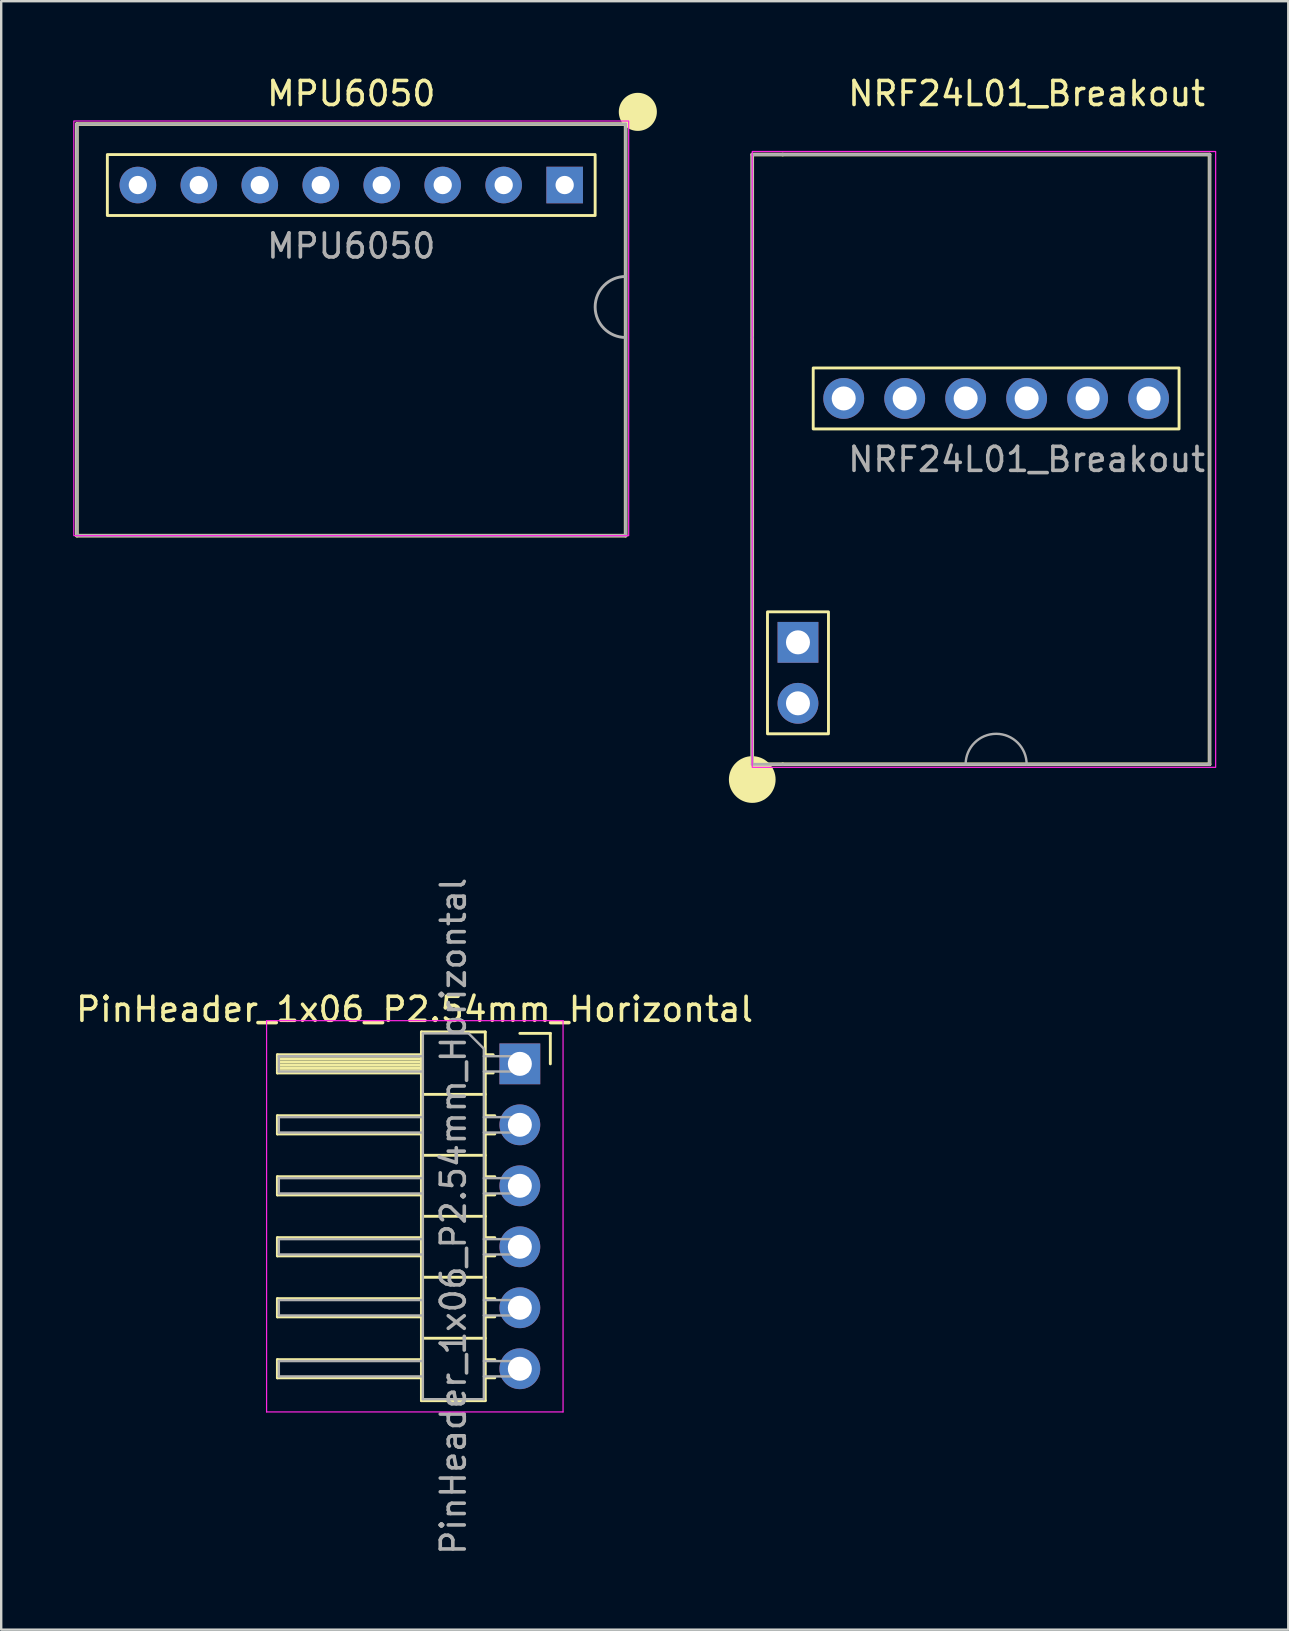
<source format=kicad_pcb>
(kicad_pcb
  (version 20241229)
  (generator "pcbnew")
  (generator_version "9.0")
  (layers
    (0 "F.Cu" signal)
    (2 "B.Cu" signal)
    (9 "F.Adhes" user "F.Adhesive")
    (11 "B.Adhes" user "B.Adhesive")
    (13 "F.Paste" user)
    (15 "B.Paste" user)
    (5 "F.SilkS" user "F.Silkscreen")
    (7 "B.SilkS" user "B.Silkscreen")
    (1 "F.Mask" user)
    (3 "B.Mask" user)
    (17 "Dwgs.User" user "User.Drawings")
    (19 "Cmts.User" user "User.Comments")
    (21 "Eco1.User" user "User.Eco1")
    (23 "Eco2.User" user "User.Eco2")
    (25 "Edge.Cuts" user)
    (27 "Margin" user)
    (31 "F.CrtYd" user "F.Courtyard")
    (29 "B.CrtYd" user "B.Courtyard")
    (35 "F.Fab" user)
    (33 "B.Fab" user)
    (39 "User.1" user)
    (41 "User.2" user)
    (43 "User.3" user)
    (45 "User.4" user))
  (footprint "NRF24L01_Breakout"
    (layer "F.Cu")
    (at 39.716 8.468)
    (property "Reference" "NRF24L01_Breakout" (at 0 -7.62 0) (unlocked yes) (layer "F.SilkS") (effects (font (size 1 1) (thickness 0.15))))
    (attr through_hole)
    (fp_line (start -11.43 -5.08) (end -11.43 20.32) (stroke (width 0.15) (type solid)) (layer "F.SilkS"))
    (fp_line (start -10.16 -5.08) (end -11.43 -5.08) (stroke (width 0.15) (type solid)) (layer "F.SilkS"))
    (fp_line (start -10.16 -5.08) (end 7.62 -5.08) (stroke (width 0.15) (type solid)) (layer "F.SilkS"))
    (fp_line (start -10.16 20.32) (end -11.43 20.32) (stroke (width 0.15) (type solid)) (layer "F.SilkS"))
    (fp_line (start -10.16 20.32) (end 7.62 20.32) (stroke (width 0.15) (type solid)) (layer "F.SilkS"))
    (fp_line (start 7.62 -5.08) (end 7.62 20.32) (stroke (width 0.15) (type solid)) (layer "F.SilkS"))
    (fp_rect (start -8.89 3.81) (end 6.35 6.35) (stroke (width 0.12) (type solid)) (fill no) (layer "F.SilkS"))
    (fp_rect (start -8.255 19.05) (end -10.795 13.97) (stroke (width 0.12) (type solid)) (fill no) (layer "F.SilkS"))
    (fp_circle (center -11.43 20.955) (end -10.532 20.955) (stroke (width 0.15) (type solid)) (fill yes) (layer "F.SilkS"))
    (fp_rect (start -11.43 -5.207) (end 7.874 20.447) (stroke (width 0.05) (type solid)) (fill no) (layer "F.CrtYd"))
    (fp_line (start -11.43 -5.08) (end -11.43 2.54) (stroke (width 0.12) (type solid)) (layer "F.Fab"))
    (fp_line (start -11.43 2.54) (end -11.43 20.32) (stroke (width 0.12) (type solid)) (layer "F.Fab"))
    (fp_line (start -10.16 -5.08) (end -11.43 -5.08) (stroke (width 0.12) (type solid)) (layer "F.Fab"))
    (fp_line (start -10.16 20.32) (end -11.43 20.32) (stroke (width 0.12) (type solid)) (layer "F.Fab"))
    (fp_line (start -10.16 20.32) (end 7.62 20.32) (stroke (width 0.12) (type solid)) (layer "F.Fab"))
    (fp_line (start 7.62 -5.08) (end -10.16 -5.08) (stroke (width 0.12) (type solid)) (layer "F.Fab"))
    (fp_line (start 7.62 20.32) (end 7.62 -5.08) (stroke (width 0.12) (type solid)) (layer "F.Fab"))
    (fp_arc (start -2.54 20.32) (mid -1.27 19.05) (end 0 20.32) (stroke (width 0.1) (type solid)) (layer "F.Fab"))
    (fp_text user "${REFERENCE}" (at 0 7.62 0) (unlocked yes) (layer "F.Fab") (effects (font (size 1 1) (thickness 0.15))))
    (pad "1" thru_hole rect (at -9.525 15.24) (size 1.7 1.7) (drill 1) (layers "*.Cu" "*.Mask"))
    (pad "2" thru_hole circle (at -9.525 17.78) (size 1.7 1.7) (drill 1) (layers "*.Cu" "*.Mask"))
    (pad "3" thru_hole circle (at 5.08 5.08) (size 1.7 1.7) (drill 1) (layers "*.Cu" "*.Mask"))
    (pad "4" thru_hole circle (at 2.54 5.08) (size 1.7 1.7) (drill 1) (layers "*.Cu" "*.Mask"))
    (pad "5" thru_hole circle (at 0 5.08) (size 1.7 1.7) (drill 1) (layers "*.Cu" "*.Mask"))
    (pad "6" thru_hole circle (at -2.54 5.08) (size 1.7 1.7) (drill 1) (layers "*.Cu" "*.Mask"))
    (pad "7" thru_hole circle (at -5.08 5.08) (size 1.7 1.7) (drill 1) (layers "*.Cu" "*.Mask"))
    (pad "8" thru_hole circle (at -7.62 5.08) (size 1.7 1.7) (drill 1) (layers "*.Cu" "*.Mask")))
  (footprint "PinHeader_1x06_P2.54mm_Horizontal"
    (layer "F.Cu")
    (at 18.605 41.267)
    (property "Reference" "PinHeader_1x06_P2.54mm_Horizontal" (at -4.385 -2.27 0) (layer "F.SilkS") (effects (font (size 1 1) (thickness 0.15))))
    (attr through_hole)
    (fp_line (start -10.1 -0.38) (end -10.1 0.38) (stroke (width 0.12) (type solid)) (layer "F.SilkS"))
    (fp_line (start -10.1 0.38) (end -4.1 0.38) (stroke (width 0.12) (type solid)) (layer "F.SilkS"))
    (fp_line (start -10.1 2.16) (end -10.1 2.92) (stroke (width 0.12) (type solid)) (layer "F.SilkS"))
    (fp_line (start -10.1 2.92) (end -4.1 2.92) (stroke (width 0.12) (type solid)) (layer "F.SilkS"))
    (fp_line (start -10.1 4.7) (end -10.1 5.46) (stroke (width 0.12) (type solid)) (layer "F.SilkS"))
    (fp_line (start -10.1 5.46) (end -4.1 5.46) (stroke (width 0.12) (type solid)) (layer "F.SilkS"))
    (fp_line (start -10.1 7.24) (end -10.1 8) (stroke (width 0.12) (type solid)) (layer "F.SilkS"))
    (fp_line (start -10.1 8) (end -4.1 8) (stroke (width 0.12) (type solid)) (layer "F.SilkS"))
    (fp_line (start -10.1 9.78) (end -10.1 10.54) (stroke (width 0.12) (type solid)) (layer "F.SilkS"))
    (fp_line (start -10.1 10.54) (end -4.1 10.54) (stroke (width 0.12) (type solid)) (layer "F.SilkS"))
    (fp_line (start -10.1 12.32) (end -10.1 13.08) (stroke (width 0.12) (type solid)) (layer "F.SilkS"))
    (fp_line (start -10.1 13.08) (end -4.1 13.08) (stroke (width 0.12) (type solid)) (layer "F.SilkS"))
    (fp_line (start -4.1 -1.33) (end -1.44 -1.33) (stroke (width 0.12) (type solid)) (layer "F.SilkS"))
    (fp_line (start -4.1 -0.38) (end -10.1 -0.38) (stroke (width 0.12) (type solid)) (layer "F.SilkS"))
    (fp_line (start -4.1 -0.32) (end -10.1 -0.32) (stroke (width 0.12) (type solid)) (layer "F.SilkS"))
    (fp_line (start -4.1 -0.2) (end -10.1 -0.2) (stroke (width 0.12) (type solid)) (layer "F.SilkS"))
    (fp_line (start -4.1 -0.08) (end -10.1 -0.08) (stroke (width 0.12) (type solid)) (layer "F.SilkS"))
    (fp_line (start -4.1 0.04) (end -10.1 0.04) (stroke (width 0.12) (type solid)) (layer "F.SilkS"))
    (fp_line (start -4.1 0.16) (end -10.1 0.16) (stroke (width 0.12) (type solid)) (layer "F.SilkS"))
    (fp_line (start -4.1 0.28) (end -10.1 0.28) (stroke (width 0.12) (type solid)) (layer "F.SilkS"))
    (fp_line (start -4.1 2.16) (end -10.1 2.16) (stroke (width 0.12) (type solid)) (layer "F.SilkS"))
    (fp_line (start -4.1 4.7) (end -10.1 4.7) (stroke (width 0.12) (type solid)) (layer "F.SilkS"))
    (fp_line (start -4.1 7.24) (end -10.1 7.24) (stroke (width 0.12) (type solid)) (layer "F.SilkS"))
    (fp_line (start -4.1 9.78) (end -10.1 9.78) (stroke (width 0.12) (type solid)) (layer "F.SilkS"))
    (fp_line (start -4.1 12.32) (end -10.1 12.32) (stroke (width 0.12) (type solid)) (layer "F.SilkS"))
    (fp_line (start -4.1 14.03) (end -4.1 -1.33) (stroke (width 0.12) (type solid)) (layer "F.SilkS"))
    (fp_line (start -1.44 -1.33) (end -1.44 14.03) (stroke (width 0.12) (type solid)) (layer "F.SilkS"))
    (fp_line (start -1.44 1.27) (end -4.1 1.27) (stroke (width 0.12) (type solid)) (layer "F.SilkS"))
    (fp_line (start -1.44 3.81) (end -4.1 3.81) (stroke (width 0.12) (type solid)) (layer "F.SilkS"))
    (fp_line (start -1.44 6.35) (end -4.1 6.35) (stroke (width 0.12) (type solid)) (layer "F.SilkS"))
    (fp_line (start -1.44 8.89) (end -4.1 8.89) (stroke (width 0.12) (type solid)) (layer "F.SilkS"))
    (fp_line (start -1.44 11.43) (end -4.1 11.43) (stroke (width 0.12) (type solid)) (layer "F.SilkS"))
    (fp_line (start -1.44 14.03) (end -4.1 14.03) (stroke (width 0.12) (type solid)) (layer "F.SilkS"))
    (fp_line (start -1.11 -0.38) (end -1.44 -0.38) (stroke (width 0.12) (type solid)) (layer "F.SilkS"))
    (fp_line (start -1.11 0.38) (end -1.44 0.38) (stroke (width 0.12) (type solid)) (layer "F.SilkS"))
    (fp_line (start -1.043 2.16) (end -1.44 2.16) (stroke (width 0.12) (type solid)) (layer "F.SilkS"))
    (fp_line (start -1.043 2.92) (end -1.44 2.92) (stroke (width 0.12) (type solid)) (layer "F.SilkS"))
    (fp_line (start -1.043 4.7) (end -1.44 4.7) (stroke (width 0.12) (type solid)) (layer "F.SilkS"))
    (fp_line (start -1.043 5.46) (end -1.44 5.46) (stroke (width 0.12) (type solid)) (layer "F.SilkS"))
    (fp_line (start -1.043 7.24) (end -1.44 7.24) (stroke (width 0.12) (type solid)) (layer "F.SilkS"))
    (fp_line (start -1.043 8) (end -1.44 8) (stroke (width 0.12) (type solid)) (layer "F.SilkS"))
    (fp_line (start -1.043 9.78) (end -1.44 9.78) (stroke (width 0.12) (type solid)) (layer "F.SilkS"))
    (fp_line (start -1.043 10.54) (end -1.44 10.54) (stroke (width 0.12) (type solid)) (layer "F.SilkS"))
    (fp_line (start -1.043 12.32) (end -1.44 12.32) (stroke (width 0.12) (type solid)) (layer "F.SilkS"))
    (fp_line (start -1.043 13.08) (end -1.44 13.08) (stroke (width 0.12) (type solid)) (layer "F.SilkS"))
    (fp_line (start 1.27 -1.27) (end 0 -1.27) (stroke (width 0.12) (type solid)) (layer "F.SilkS"))
    (fp_line (start 1.27 0) (end 1.27 -1.27) (stroke (width 0.12) (type solid)) (layer "F.SilkS"))
    (fp_line (start -10.55 -1.8) (end 1.8 -1.8) (stroke (width 0.05) (type solid)) (layer "F.CrtYd"))
    (fp_line (start -10.55 14.5) (end -10.55 -1.8) (stroke (width 0.05) (type solid)) (layer "F.CrtYd"))
    (fp_line (start 1.8 -1.8) (end 1.8 14.5) (stroke (width 0.05) (type solid)) (layer "F.CrtYd"))
    (fp_line (start 1.8 14.5) (end -10.55 14.5) (stroke (width 0.05) (type solid)) (layer "F.CrtYd"))
    (fp_line (start -10.04 -0.32) (end -10.04 0.32) (stroke (width 0.1) (type solid)) (layer "F.Fab"))
    (fp_line (start -10.04 2.22) (end -10.04 2.86) (stroke (width 0.1) (type solid)) (layer "F.Fab"))
    (fp_line (start -10.04 4.76) (end -10.04 5.4) (stroke (width 0.1) (type solid)) (layer "F.Fab"))
    (fp_line (start -10.04 7.3) (end -10.04 7.94) (stroke (width 0.1) (type solid)) (layer "F.Fab"))
    (fp_line (start -10.04 9.84) (end -10.04 10.48) (stroke (width 0.1) (type solid)) (layer "F.Fab"))
    (fp_line (start -10.04 12.38) (end -10.04 13.02) (stroke (width 0.1) (type solid)) (layer "F.Fab"))
    (fp_line (start -4.04 -1.27) (end -4.04 13.97) (stroke (width 0.1) (type solid)) (layer "F.Fab"))
    (fp_line (start -4.04 -0.32) (end -10.04 -0.32) (stroke (width 0.1) (type solid)) (layer "F.Fab"))
    (fp_line (start -4.04 0.32) (end -10.04 0.32) (stroke (width 0.1) (type solid)) (layer "F.Fab"))
    (fp_line (start -4.04 2.22) (end -10.04 2.22) (stroke (width 0.1) (type solid)) (layer "F.Fab"))
    (fp_line (start -4.04 2.86) (end -10.04 2.86) (stroke (width 0.1) (type solid)) (layer "F.Fab"))
    (fp_line (start -4.04 4.76) (end -10.04 4.76) (stroke (width 0.1) (type solid)) (layer "F.Fab"))
    (fp_line (start -4.04 5.4) (end -10.04 5.4) (stroke (width 0.1) (type solid)) (layer "F.Fab"))
    (fp_line (start -4.04 7.3) (end -10.04 7.3) (stroke (width 0.1) (type solid)) (layer "F.Fab"))
    (fp_line (start -4.04 7.94) (end -10.04 7.94) (stroke (width 0.1) (type solid)) (layer "F.Fab"))
    (fp_line (start -4.04 9.84) (end -10.04 9.84) (stroke (width 0.1) (type solid)) (layer "F.Fab"))
    (fp_line (start -4.04 10.48) (end -10.04 10.48) (stroke (width 0.1) (type solid)) (layer "F.Fab"))
    (fp_line (start -4.04 12.38) (end -10.04 12.38) (stroke (width 0.1) (type solid)) (layer "F.Fab"))
    (fp_line (start -4.04 13.02) (end -10.04 13.02) (stroke (width 0.1) (type solid)) (layer "F.Fab"))
    (fp_line (start -4.04 13.97) (end -1.5 13.97) (stroke (width 0.1) (type solid)) (layer "F.Fab"))
    (fp_line (start -2.135 -1.27) (end -4.04 -1.27) (stroke (width 0.1) (type solid)) (layer "F.Fab"))
    (fp_line (start -1.5 -0.635) (end -2.135 -1.27) (stroke (width 0.1) (type solid)) (layer "F.Fab"))
    (fp_line (start -1.5 13.97) (end -1.5 -0.635) (stroke (width 0.1) (type solid)) (layer "F.Fab"))
    (fp_line (start 0.32 -0.32) (end -1.5 -0.32) (stroke (width 0.1) (type solid)) (layer "F.Fab"))
    (fp_line (start 0.32 -0.32) (end 0.32 0.32) (stroke (width 0.1) (type solid)) (layer "F.Fab"))
    (fp_line (start 0.32 0.32) (end -1.5 0.32) (stroke (width 0.1) (type solid)) (layer "F.Fab"))
    (fp_line (start 0.32 2.22) (end -1.5 2.22) (stroke (width 0.1) (type solid)) (layer "F.Fab"))
    (fp_line (start 0.32 2.22) (end 0.32 2.86) (stroke (width 0.1) (type solid)) (layer "F.Fab"))
    (fp_line (start 0.32 2.86) (end -1.5 2.86) (stroke (width 0.1) (type solid)) (layer "F.Fab"))
    (fp_line (start 0.32 4.76) (end -1.5 4.76) (stroke (width 0.1) (type solid)) (layer "F.Fab"))
    (fp_line (start 0.32 4.76) (end 0.32 5.4) (stroke (width 0.1) (type solid)) (layer "F.Fab"))
    (fp_line (start 0.32 5.4) (end -1.5 5.4) (stroke (width 0.1) (type solid)) (layer "F.Fab"))
    (fp_line (start 0.32 7.3) (end -1.5 7.3) (stroke (width 0.1) (type solid)) (layer "F.Fab"))
    (fp_line (start 0.32 7.3) (end 0.32 7.94) (stroke (width 0.1) (type solid)) (layer "F.Fab"))
    (fp_line (start 0.32 7.94) (end -1.5 7.94) (stroke (width 0.1) (type solid)) (layer "F.Fab"))
    (fp_line (start 0.32 9.84) (end -1.5 9.84) (stroke (width 0.1) (type solid)) (layer "F.Fab"))
    (fp_line (start 0.32 9.84) (end 0.32 10.48) (stroke (width 0.1) (type solid)) (layer "F.Fab"))
    (fp_line (start 0.32 10.48) (end -1.5 10.48) (stroke (width 0.1) (type solid)) (layer "F.Fab"))
    (fp_line (start 0.32 12.38) (end -1.5 12.38) (stroke (width 0.1) (type solid)) (layer "F.Fab"))
    (fp_line (start 0.32 12.38) (end 0.32 13.02) (stroke (width 0.1) (type solid)) (layer "F.Fab"))
    (fp_line (start 0.32 13.02) (end -1.5 13.02) (stroke (width 0.1) (type solid)) (layer "F.Fab"))
    (fp_text user "${REFERENCE}" (at -2.77 6.35 270) (layer "F.Fab") (effects (font (size 1 1) (thickness 0.15))))
    (pad "1" thru_hole rect (at 0 0) (size 1.7 1.7) (drill 1) (layers "*.Cu" "*.Mask"))
    (pad "2" thru_hole oval (at 0 2.54) (size 1.7 1.7) (drill 1) (layers "*.Cu" "*.Mask"))
    (pad "3" thru_hole oval (at 0 5.08) (size 1.7 1.7) (drill 1) (layers "*.Cu" "*.Mask"))
    (pad "4" thru_hole oval (at 0 7.62) (size 1.7 1.7) (drill 1) (layers "*.Cu" "*.Mask"))
    (pad "5" thru_hole oval (at 0 10.16) (size 1.7 1.7) (drill 1) (layers "*.Cu" "*.Mask"))
    (pad "6" thru_hole oval (at 0 12.7) (size 1.7 1.7) (drill 1) (layers "*.Cu" "*.Mask")))
  (footprint "MPU6050"
    (layer "F.Cu")
    (at 2.692 4.658)
    (property "Reference" "MPU6050" (at 8.89 -3.81 0) (unlocked yes) (layer "F.SilkS") (effects (font (size 1 1) (thickness 0.15))))
    (attr through_hole)
    (fp_line (start -2.54 -2.54) (end 20.32 -2.54) (stroke (width 0.15) (type solid)) (layer "F.SilkS"))
    (fp_line (start -2.54 14.605) (end -2.54 -2.54) (stroke (width 0.15) (type solid)) (layer "F.SilkS"))
    (fp_line (start 20.32 -2.54) (end 20.32 14.605) (stroke (width 0.15) (type solid)) (layer "F.SilkS"))
    (fp_line (start 20.32 14.605) (end -2.54 14.605) (stroke (width 0.15) (type solid)) (layer "F.SilkS"))
    (fp_rect (start -1.27 -1.27) (end 19.05 1.27) (stroke (width 0.12) (type solid)) (fill no) (layer "F.SilkS"))
    (fp_circle (center 20.828 -3.048) (end 21.546 -3.048) (stroke (width 0.15) (type solid)) (fill yes) (layer "F.SilkS"))
    (fp_rect (start -2.667 -2.667) (end 20.447 14.605) (stroke (width 0.05) (type solid)) (fill no) (layer "F.CrtYd"))
    (fp_line (start -2.54 -2.54) (end 20.32 -2.54) (stroke (width 0.12) (type solid)) (layer "F.Fab"))
    (fp_line (start -2.54 14.605) (end -2.54 -2.54) (stroke (width 0.12) (type solid)) (layer "F.Fab"))
    (fp_line (start 20.32 -2.54) (end 20.32 14.605) (stroke (width 0.12) (type solid)) (layer "F.Fab"))
    (fp_line (start 20.32 14.605) (end -2.54 14.605) (stroke (width 0.12) (type solid)) (layer "F.Fab"))
    (fp_arc (start 20.32 6.35) (mid 19.05 5.08) (end 20.32 3.81) (stroke (width 0.12) (type solid)) (layer "F.Fab"))
    (fp_text user "${REFERENCE}" (at 8.89 2.54 0) (unlocked yes) (layer "F.Fab") (effects (font (size 1 1) (thickness 0.15))))
    (pad "1" thru_hole rect (at 17.78 0) (size 1.524 1.524) (drill 0.762) (layers "*.Cu" "*.Mask"))
    (pad "2" thru_hole circle (at 15.24 0) (size 1.524 1.524) (drill 0.762) (layers "*.Cu" "*.Mask"))
    (pad "3" thru_hole circle (at 12.7 0) (size 1.524 1.524) (drill 0.762) (layers "*.Cu" "*.Mask"))
    (pad "4" thru_hole circle (at 10.16 0) (size 1.524 1.524) (drill 0.762) (layers "*.Cu" "*.Mask"))
    (pad "5" thru_hole circle (at 7.62 0) (size 1.524 1.524) (drill 0.762) (layers "*.Cu" "*.Mask"))
    (pad "6" thru_hole circle (at 5.08 0) (size 1.524 1.524) (drill 0.762) (layers "*.Cu" "*.Mask"))
    (pad "7" thru_hole circle (at 2.54 0) (size 1.524 1.524) (drill 0.762) (layers "*.Cu" "*.Mask"))
    (pad "8" thru_hole circle (at 0 0) (size 1.524 1.524) (drill 0.762) (layers "*.Cu" "*.Mask")))
  (gr_rect
    (start -3 -3)
    (end 50.615 64.837)
    (stroke (width 0.1) (type default))
    (fill no)
    (layer "Edge.Cuts")))
</source>
